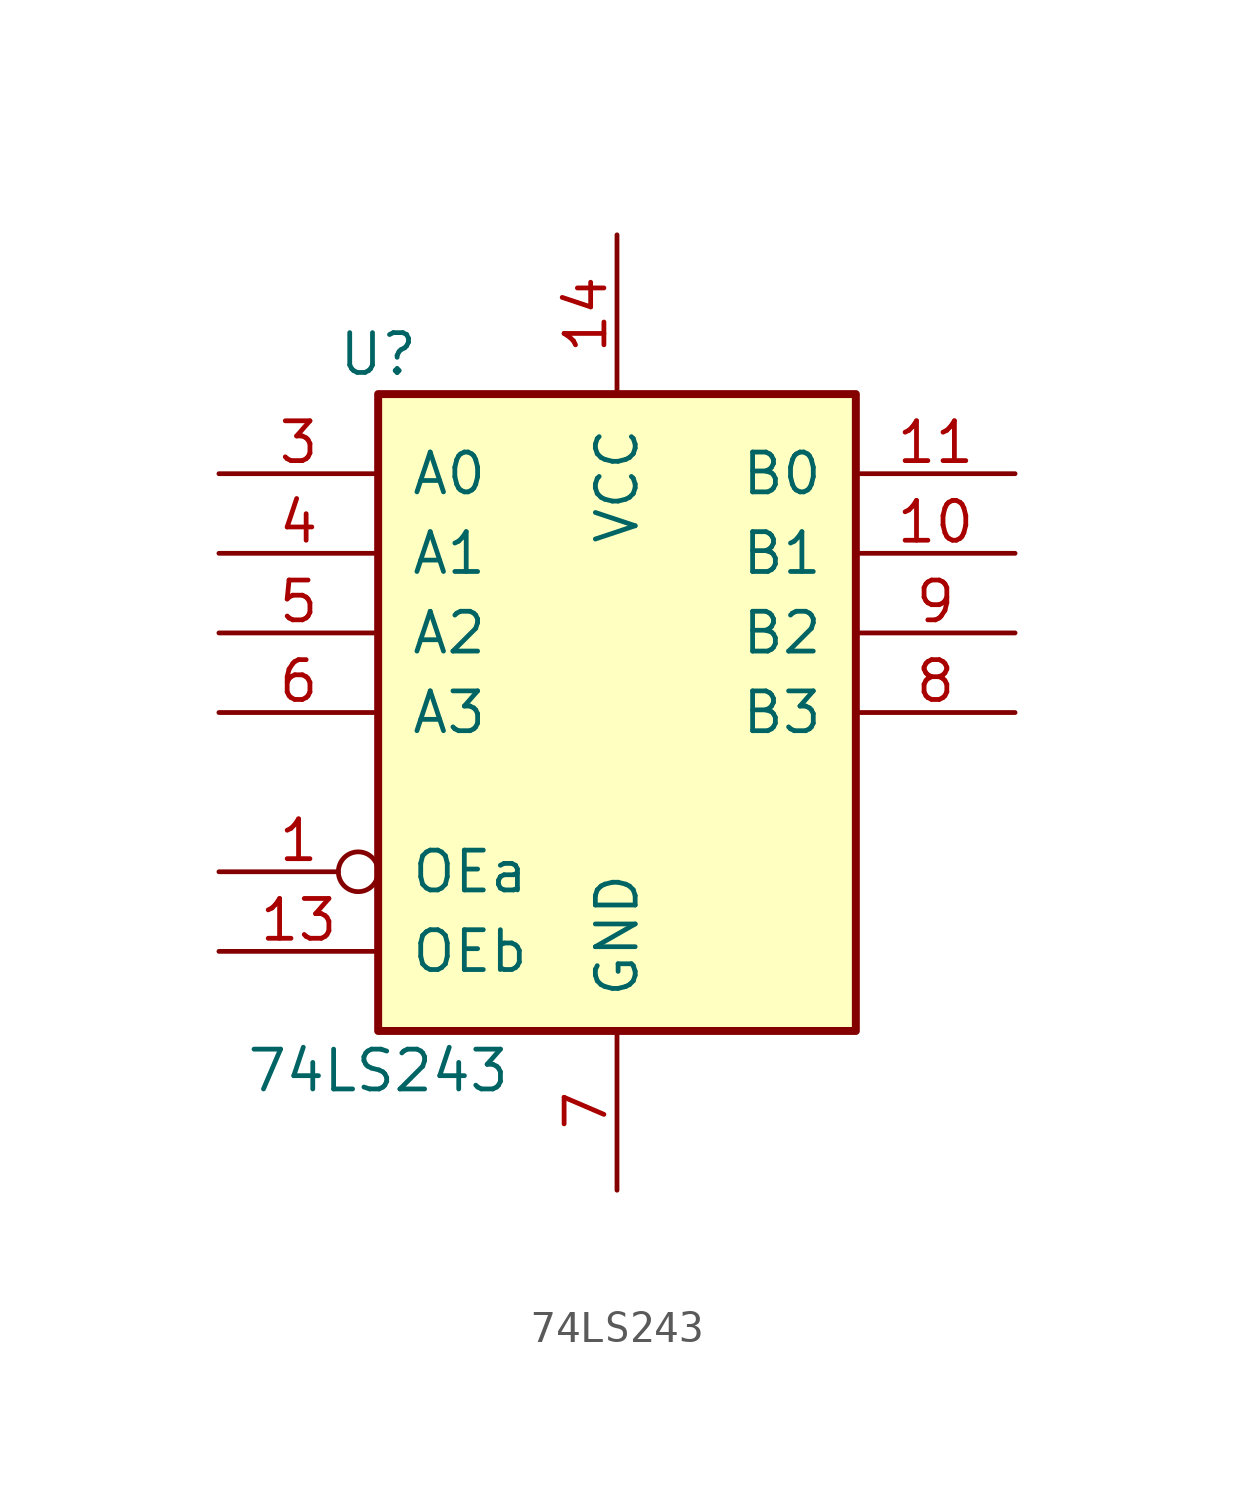
<source format=kicad_sym>
(kicad_symbol_lib
  (version 20211014)
  (generator kicad_symbol_editor)
  (symbol "74LS243"
    (pin_names
      (offset 1.016))
    (property "Reference" "U"
      (at -7.62 11.43 0)
      (effects (font (size 1.27 1.27))))
    (property "Value" "74LS243"
      (at -7.62 -11.43 0)
      (effects (font (size 1.27 1.27))))
    (property "ki_locked" ""
      (at 0 0 0)
      (effects (font (size 1.27 1.27))))
    (symbol "74LS243_1_0"
      (pin input inverted (at -12.7 -5.08 0) (length 5.08) (name "OEa" (effects (font (size 1.27 1.27)))) (number "1" (effects (font (size 1.27 1.27)))))
      (pin tri_state line (at 12.7 5.08 180) (length 5.08) (name "B1" (effects (font (size 1.27 1.27)))) (number "10" (effects (font (size 1.27 1.27)))))
      (pin tri_state line (at 12.7 7.62 180) (length 5.08) (name "B0" (effects (font (size 1.27 1.27)))) (number "11" (effects (font (size 1.27 1.27)))))
      (pin input line (at -12.7 -7.62 0) (length 5.08) (name "OEb" (effects (font (size 1.27 1.27)))) (number "13" (effects (font (size 1.27 1.27)))))
      (pin power_in line (at 0 15.24 270) (length 5.08) (name "VCC" (effects (font (size 1.27 1.27)))) (number "14" (effects (font (size 1.27 1.27)))))
      (pin input line (at -12.7 7.62 0) (length 5.08) (name "A0" (effects (font (size 1.27 1.27)))) (number "3" (effects (font (size 1.27 1.27)))))
      (pin input line (at -12.7 5.08 0) (length 5.08) (name "A1" (effects (font (size 1.27 1.27)))) (number "4" (effects (font (size 1.27 1.27)))))
      (pin input line (at -12.7 2.54 0) (length 5.08) (name "A2" (effects (font (size 1.27 1.27)))) (number "5" (effects (font (size 1.27 1.27)))))
      (pin input line (at -12.7 0 0) (length 5.08) (name "A3" (effects (font (size 1.27 1.27)))) (number "6" (effects (font (size 1.27 1.27)))))
      (pin power_in line (at 0 -15.24 90) (length 5.08) (name "GND" (effects (font (size 1.27 1.27)))) (number "7" (effects (font (size 1.27 1.27)))))
      (pin tri_state line (at 12.7 0 180) (length 5.08) (name "B3" (effects (font (size 1.27 1.27)))) (number "8" (effects (font (size 1.27 1.27)))))
      (pin tri_state line (at 12.7 2.54 180) (length 5.08) (name "B2" (effects (font (size 1.27 1.27)))) (number "9" (effects (font (size 1.27 1.27))))))
    (symbol "74LS243_1_1"
      (rectangle (start -7.62 10.16) (end 7.62 -10.16) (stroke (width 0.254) (type default) (color 0 0 0 0)) (fill (type background))))))
</source>
